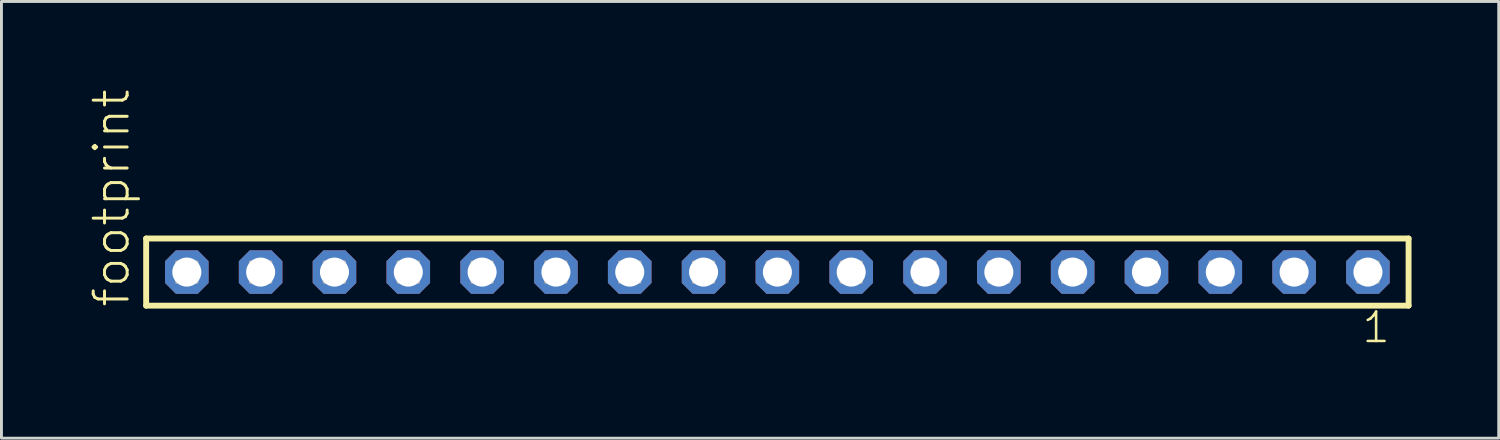
<source format=kicad_pcb>
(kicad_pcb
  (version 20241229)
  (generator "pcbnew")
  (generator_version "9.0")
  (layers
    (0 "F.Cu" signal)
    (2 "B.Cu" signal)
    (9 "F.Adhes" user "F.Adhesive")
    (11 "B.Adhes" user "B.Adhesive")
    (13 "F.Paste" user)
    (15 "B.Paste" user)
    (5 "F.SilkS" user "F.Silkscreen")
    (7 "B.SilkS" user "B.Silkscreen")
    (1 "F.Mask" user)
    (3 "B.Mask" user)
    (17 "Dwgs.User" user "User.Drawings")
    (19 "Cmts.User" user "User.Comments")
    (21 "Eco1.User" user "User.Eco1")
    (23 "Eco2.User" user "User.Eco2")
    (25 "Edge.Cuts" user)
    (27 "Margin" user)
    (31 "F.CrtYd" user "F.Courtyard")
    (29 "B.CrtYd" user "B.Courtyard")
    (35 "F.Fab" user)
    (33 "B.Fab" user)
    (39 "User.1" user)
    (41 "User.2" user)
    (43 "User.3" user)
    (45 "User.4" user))
  (footprint "footprint"
    (layer "F.Cu")
    (at 23.698 6.312)
    (property "Reference" "footprint" (at -22.225 1.27 90) (layer "F.SilkS") (effects (font (size 1.168 1.168) (thickness 0.102)) (justify left bottom)))
    (fp_line (start -21.719 -1.155) (end 21.719 -1.155) (stroke (width 0.203) (type solid)) (layer "F.SilkS"))
    (fp_line (start -21.719 1.155) (end -21.719 -1.155) (stroke (width 0.203) (type solid)) (layer "F.SilkS"))
    (fp_line (start 21.719 -1.155) (end 21.719 1.155) (stroke (width 0.203) (type solid)) (layer "F.SilkS"))
    (fp_line (start 21.719 1.155) (end -21.719 1.155) (stroke (width 0.203) (type solid)) (layer "F.SilkS"))
    (fp_poly (pts (xy -20.67 0.35) (xy -19.97 0.35) (xy -19.97 -0.35) (xy -20.67 -0.35)) (stroke (width 0.1) (type solid)) (fill no) (layer "F.Fab"))
    (fp_poly (pts (xy -18.13 0.35) (xy -17.43 0.35) (xy -17.43 -0.35) (xy -18.13 -0.35)) (stroke (width 0.1) (type solid)) (fill no) (layer "F.Fab"))
    (fp_poly (pts (xy -15.59 0.35) (xy -14.89 0.35) (xy -14.89 -0.35) (xy -15.59 -0.35)) (stroke (width 0.1) (type solid)) (fill no) (layer "F.Fab"))
    (fp_poly (pts (xy -13.05 0.35) (xy -12.35 0.35) (xy -12.35 -0.35) (xy -13.05 -0.35)) (stroke (width 0.1) (type solid)) (fill no) (layer "F.Fab"))
    (fp_poly (pts (xy -10.51 0.35) (xy -9.81 0.35) (xy -9.81 -0.35) (xy -10.51 -0.35)) (stroke (width 0.1) (type solid)) (fill no) (layer "F.Fab"))
    (fp_poly (pts (xy -7.97 0.35) (xy -7.27 0.35) (xy -7.27 -0.35) (xy -7.97 -0.35)) (stroke (width 0.1) (type solid)) (fill no) (layer "F.Fab"))
    (fp_poly (pts (xy -5.43 0.35) (xy -4.73 0.35) (xy -4.73 -0.35) (xy -5.43 -0.35)) (stroke (width 0.1) (type solid)) (fill no) (layer "F.Fab"))
    (fp_poly (pts (xy -2.89 0.35) (xy -2.19 0.35) (xy -2.19 -0.35) (xy -2.89 -0.35)) (stroke (width 0.1) (type solid)) (fill no) (layer "F.Fab"))
    (fp_poly (pts (xy -0.35 0.35) (xy 0.35 0.35) (xy 0.35 -0.35) (xy -0.35 -0.35)) (stroke (width 0.1) (type solid)) (fill no) (layer "F.Fab"))
    (fp_poly (pts (xy 2.19 0.35) (xy 2.89 0.35) (xy 2.89 -0.35) (xy 2.19 -0.35)) (stroke (width 0.1) (type solid)) (fill no) (layer "F.Fab"))
    (fp_poly (pts (xy 4.73 0.35) (xy 5.43 0.35) (xy 5.43 -0.35) (xy 4.73 -0.35)) (stroke (width 0.1) (type solid)) (fill no) (layer "F.Fab"))
    (fp_poly (pts (xy 7.27 0.35) (xy 7.97 0.35) (xy 7.97 -0.35) (xy 7.27 -0.35)) (stroke (width 0.1) (type solid)) (fill no) (layer "F.Fab"))
    (fp_poly (pts (xy 9.81 0.35) (xy 10.51 0.35) (xy 10.51 -0.35) (xy 9.81 -0.35)) (stroke (width 0.1) (type solid)) (fill no) (layer "F.Fab"))
    (fp_poly (pts (xy 12.35 0.35) (xy 13.05 0.35) (xy 13.05 -0.35) (xy 12.35 -0.35)) (stroke (width 0.1) (type solid)) (fill no) (layer "F.Fab"))
    (fp_poly (pts (xy 14.89 0.35) (xy 15.59 0.35) (xy 15.59 -0.35) (xy 14.89 -0.35)) (stroke (width 0.1) (type solid)) (fill no) (layer "F.Fab"))
    (fp_poly (pts (xy 17.43 0.35) (xy 18.13 0.35) (xy 18.13 -0.35) (xy 17.43 -0.35)) (stroke (width 0.1) (type solid)) (fill no) (layer "F.Fab"))
    (fp_poly (pts (xy 19.97 0.35) (xy 20.67 0.35) (xy 20.67 -0.35) (xy 19.97 -0.35)) (stroke (width 0.1) (type solid)) (fill no) (layer "F.Fab"))
    (fp_text user "1" (at 20.062 2.498 0) (layer "F.SilkS") (effects (font (size 1.012 1.012) (thickness 0.088)) (justify left bottom)))
    (pad "1" thru_hole roundrect (at 20.32 0 180) (size 1.5 1.5) (drill 1) (layers "*.Cu" "*.Mask") (roundrect_rratio 0.25) (chamfer_ratio 0.25) (chamfer top_left top_right bottom_left bottom_right))
    (pad "2" thru_hole roundrect (at 17.78 0 180) (size 1.5 1.5) (drill 1) (layers "*.Cu" "*.Mask") (roundrect_rratio 0.25) (chamfer_ratio 0.25) (chamfer top_left top_right bottom_left bottom_right))
    (pad "3" thru_hole roundrect (at 15.24 0 180) (size 1.5 1.5) (drill 1) (layers "*.Cu" "*.Mask") (roundrect_rratio 0.25) (chamfer_ratio 0.25) (chamfer top_left top_right bottom_left bottom_right))
    (pad "4" thru_hole roundrect (at 12.7 0 180) (size 1.5 1.5) (drill 1) (layers "*.Cu" "*.Mask") (roundrect_rratio 0.25) (chamfer_ratio 0.25) (chamfer top_left top_right bottom_left bottom_right))
    (pad "5" thru_hole roundrect (at 10.16 0 180) (size 1.5 1.5) (drill 1) (layers "*.Cu" "*.Mask") (roundrect_rratio 0.25) (chamfer_ratio 0.25) (chamfer top_left top_right bottom_left bottom_right))
    (pad "6" thru_hole roundrect (at 7.62 0 180) (size 1.5 1.5) (drill 1) (layers "*.Cu" "*.Mask") (roundrect_rratio 0.25) (chamfer_ratio 0.25) (chamfer top_left top_right bottom_left bottom_right))
    (pad "7" thru_hole roundrect (at 5.08 0 180) (size 1.5 1.5) (drill 1) (layers "*.Cu" "*.Mask") (roundrect_rratio 0.25) (chamfer_ratio 0.25) (chamfer top_left top_right bottom_left bottom_right))
    (pad "8" thru_hole roundrect (at 2.54 0 180) (size 1.5 1.5) (drill 1) (layers "*.Cu" "*.Mask") (roundrect_rratio 0.25) (chamfer_ratio 0.25) (chamfer top_left top_right bottom_left bottom_right))
    (pad "9" thru_hole roundrect (at 0 0 180) (size 1.5 1.5) (drill 1) (layers "*.Cu" "*.Mask") (roundrect_rratio 0.25) (chamfer_ratio 0.25) (chamfer top_left top_right bottom_left bottom_right))
    (pad "10" thru_hole roundrect (at -2.54 0 180) (size 1.5 1.5) (drill 1) (layers "*.Cu" "*.Mask") (roundrect_rratio 0.25) (chamfer_ratio 0.25) (chamfer top_left top_right bottom_left bottom_right))
    (pad "11" thru_hole roundrect (at -5.08 0 180) (size 1.5 1.5) (drill 1) (layers "*.Cu" "*.Mask") (roundrect_rratio 0.25) (chamfer_ratio 0.25) (chamfer top_left top_right bottom_left bottom_right))
    (pad "12" thru_hole roundrect (at -7.62 0 180) (size 1.5 1.5) (drill 1) (layers "*.Cu" "*.Mask") (roundrect_rratio 0.25) (chamfer_ratio 0.25) (chamfer top_left top_right bottom_left bottom_right))
    (pad "13" thru_hole roundrect (at -10.16 0 180) (size 1.5 1.5) (drill 1) (layers "*.Cu" "*.Mask") (roundrect_rratio 0.25) (chamfer_ratio 0.25) (chamfer top_left top_right bottom_left bottom_right))
    (pad "14" thru_hole roundrect (at -12.7 0 180) (size 1.5 1.5) (drill 1) (layers "*.Cu" "*.Mask") (roundrect_rratio 0.25) (chamfer_ratio 0.25) (chamfer top_left top_right bottom_left bottom_right))
    (pad "15" thru_hole roundrect (at -15.24 0 180) (size 1.5 1.5) (drill 1) (layers "*.Cu" "*.Mask") (roundrect_rratio 0.25) (chamfer_ratio 0.25) (chamfer top_left top_right bottom_left bottom_right))
    (pad "16" thru_hole roundrect (at -17.78 0 180) (size 1.5 1.5) (drill 1) (layers "*.Cu" "*.Mask") (roundrect_rratio 0.25) (chamfer_ratio 0.25) (chamfer top_left top_right bottom_left bottom_right))
    (pad "17" thru_hole roundrect (at -20.32 0 180) (size 1.5 1.5) (drill 1) (layers "*.Cu" "*.Mask") (roundrect_rratio 0.25) (chamfer_ratio 0.25) (chamfer top_left top_right bottom_left bottom_right)))
  (gr_rect
    (start -3 -3)
    (end 48.519 12.027)
    (stroke (width 0.1) (type default))
    (fill no)
    (layer "Edge.Cuts")))
</source>
